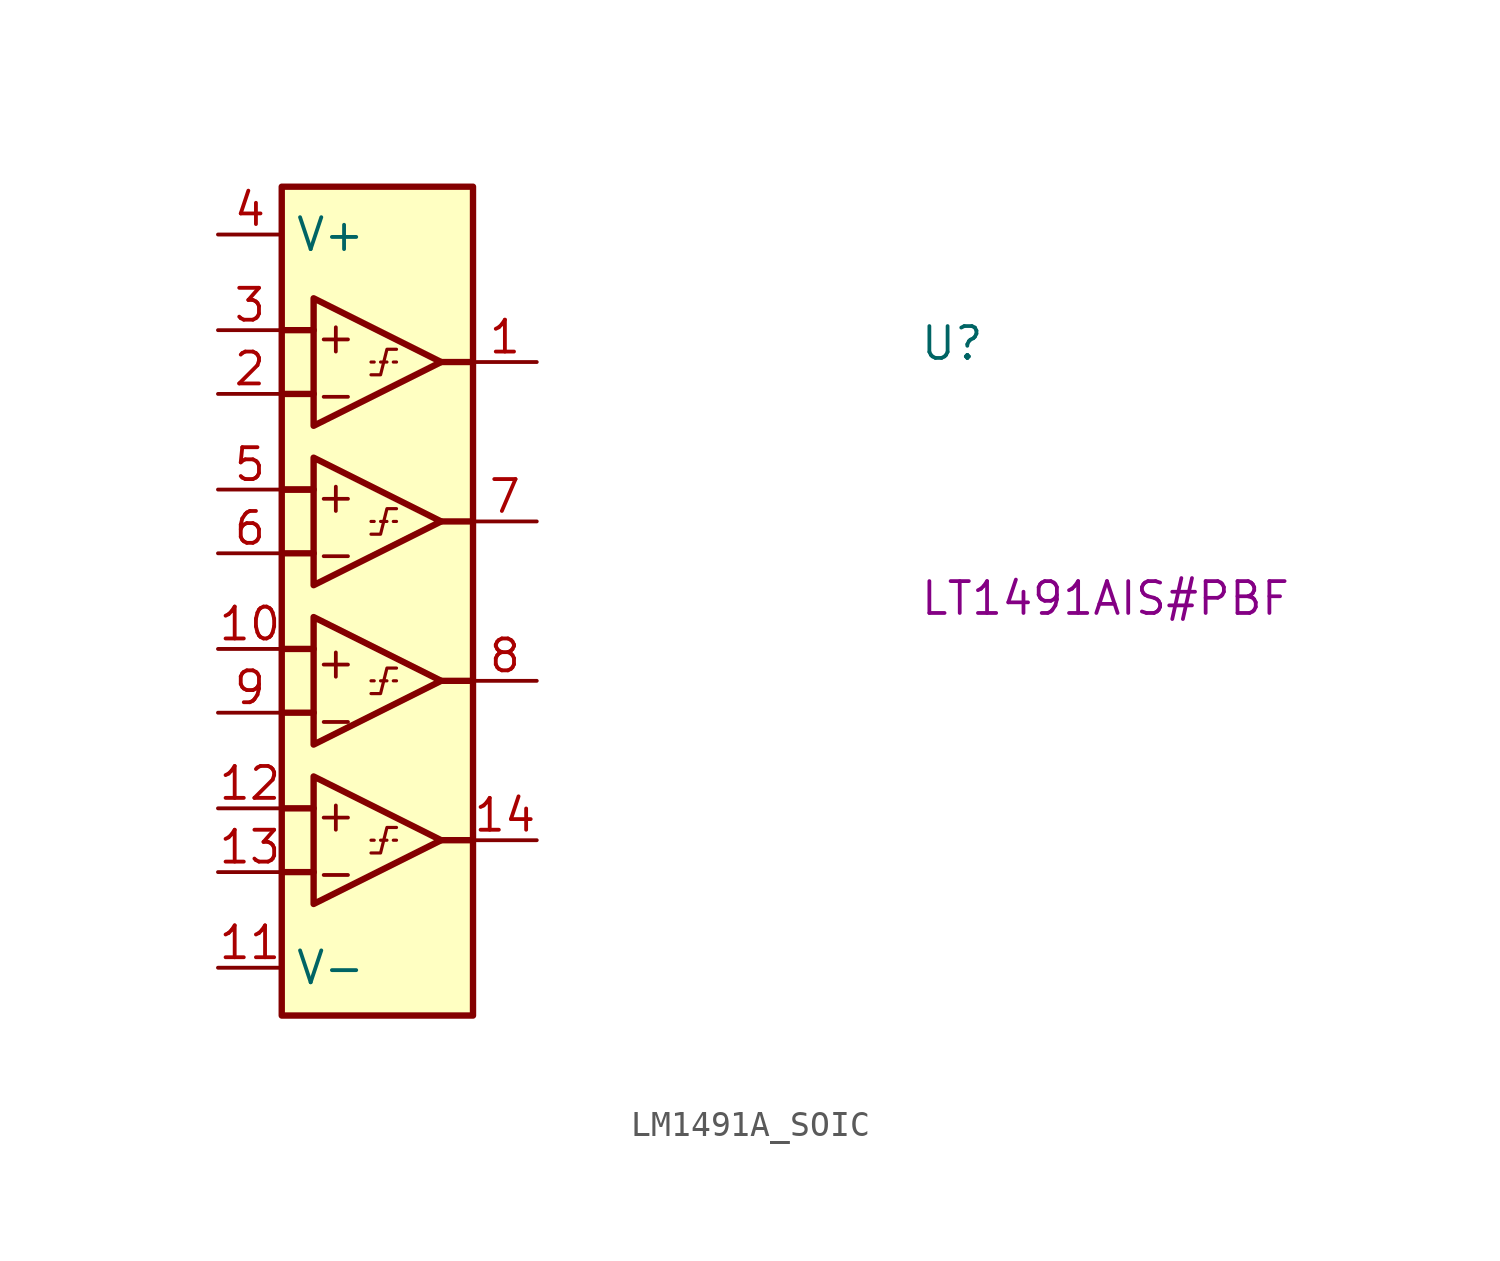
<source format=kicad_sym>
(kicad_symbol_lib
  (version 20220914)
  (generator kicad_symbol_editor)
  (symbol "LM1491A_SOIC"
    (property "Reference" "U"
      (at 27.94 -5.08 0)
      (effects (font (size 1.27 1.27) (thickness 0.15)) (justify left bottom)))
    (property "MPN" "LT1491AIS#PBF"
      (at 27.94 -15.24 0)
      (effects (font (size 1.27 1.27) (thickness 0.15)) (justify left bottom)))
    (symbol "LM1491A_SOIC_1_1"
      (polyline (pts (xy 2.54 -25.4) (xy 3.81 -25.4)) (stroke (width 0.254) (type default)) (fill (type background)))
      (polyline (pts (xy 2.54 -22.86) (xy 3.81 -22.86)) (stroke (width 0.254) (type default)) (fill (type background)))
      (polyline (pts (xy 2.54 -19.05) (xy 3.81 -19.05)) (stroke (width 0.254) (type default)) (fill (type background)))
      (polyline (pts (xy 2.54 -16.51) (xy 3.81 -16.51)) (stroke (width 0.254) (type default)) (fill (type background)))
      (polyline (pts (xy 2.54 -12.7) (xy 3.81 -12.7)) (stroke (width 0.254) (type default)) (fill (type background)))
      (polyline (pts (xy 2.54 -10.16) (xy 3.683 -10.16)) (stroke (width 0.254) (type default)) (fill (type background)))
      (polyline (pts (xy 2.54 -10.16) (xy 3.81 -10.16)) (stroke (width 0.254) (type default)) (fill (type background)))
      (polyline (pts (xy 2.54 -6.35) (xy 3.81 -6.35)) (stroke (width 0.254) (type default)) (fill (type background)))
      (polyline (pts (xy 2.54 -3.81) (xy 3.81 -3.81)) (stroke (width 0.254) (type default)) (fill (type background)))
      (polyline (pts (xy 6.223 -24.13) (xy 6.096 -24.13)) (stroke (width 0.127) (type default)) (fill (type background)))
      (polyline (pts (xy 6.223 -17.78) (xy 6.096 -17.78)) (stroke (width 0.127) (type default)) (fill (type background)))
      (polyline (pts (xy 6.223 -11.43) (xy 6.096 -11.43)) (stroke (width 0.127) (type default)) (fill (type background)))
      (polyline (pts (xy 6.223 -5.08) (xy 6.096 -5.08)) (stroke (width 0.127) (type default)) (fill (type background)))
      (polyline (pts (xy 6.731 -24.13) (xy 6.477 -24.13)) (stroke (width 0.127) (type default)) (fill (type background)))
      (polyline (pts (xy 6.731 -17.78) (xy 6.477 -17.78)) (stroke (width 0.127) (type default)) (fill (type background)))
      (polyline (pts (xy 6.731 -11.43) (xy 6.477 -11.43)) (stroke (width 0.127) (type default)) (fill (type background)))
      (polyline (pts (xy 6.731 -5.08) (xy 6.477 -5.08)) (stroke (width 0.127) (type default)) (fill (type background)))
      (polyline (pts (xy 7.112 -24.13) (xy 6.985 -24.13)) (stroke (width 0.127) (type default)) (fill (type background)))
      (polyline (pts (xy 7.112 -17.78) (xy 6.985 -17.78)) (stroke (width 0.127) (type default)) (fill (type background)))
      (polyline (pts (xy 7.112 -11.43) (xy 6.985 -11.43)) (stroke (width 0.127) (type default)) (fill (type background)))
      (polyline (pts (xy 7.112 -5.08) (xy 6.985 -5.08)) (stroke (width 0.127) (type default)) (fill (type background)))
      (polyline (pts (xy 8.89 -24.13) (xy 10.16 -24.13)) (stroke (width 0.254) (type default)) (fill (type background)))
      (polyline (pts (xy 8.89 -17.78) (xy 10.16 -17.78)) (stroke (width 0.254) (type default)) (fill (type background)))
      (polyline (pts (xy 8.89 -11.43) (xy 10.16 -11.43)) (stroke (width 0.254) (type default)) (fill (type background)))
      (polyline (pts (xy 8.89 -5.08) (xy 10.16 -5.08)) (stroke (width 0.254) (type default)) (fill (type background)))
      (polyline (pts (xy 3.81 -21.59) (xy 8.89 -24.13) (xy 3.81 -26.67) (xy 3.81 -21.59)) (stroke (width 0.254) (type default)) (fill (type background)))
      (polyline (pts (xy 3.81 -15.24) (xy 8.89 -17.78) (xy 3.81 -20.32) (xy 3.81 -15.24)) (stroke (width 0.254) (type default)) (fill (type background)))
      (polyline (pts (xy 3.81 -8.89) (xy 8.89 -11.43) (xy 3.81 -13.97) (xy 3.81 -8.89)) (stroke (width 0.254) (type default)) (fill (type background)))
      (polyline (pts (xy 3.81 -2.54) (xy 8.89 -5.08) (xy 3.81 -7.62) (xy 3.81 -2.54)) (stroke (width 0.254) (type default)) (fill (type background)))
      (polyline (pts (xy 6.096 -24.638) (xy 6.477 -24.638) (xy 6.731 -23.622) (xy 7.112 -23.622)) (stroke (width 0.127) (type default)) (fill (type background)))
      (polyline (pts (xy 6.096 -18.288) (xy 6.477 -18.288) (xy 6.731 -17.272) (xy 7.112 -17.272)) (stroke (width 0.127) (type default)) (fill (type background)))
      (polyline (pts (xy 6.096 -11.938) (xy 6.477 -11.938) (xy 6.731 -10.922) (xy 7.112 -10.922)) (stroke (width 0.127) (type default)) (fill (type background)))
      (polyline (pts (xy 6.096 -5.588) (xy 6.477 -5.588) (xy 6.731 -4.572) (xy 7.112 -4.572)) (stroke (width 0.127) (type default)) (fill (type background)))
      (rectangle (start 2.54 1.905) (end 10.16 -31.115) (stroke (width 0.254) (type default)) (fill (type background)))
      (text "+" (at 3.81 -23.876 0) (effects (font (size 1.27 1.27) (thickness 0.15)) (justify left bottom)))
      (text "+" (at 3.81 -17.78 0) (effects (font (size 1.27 1.27) (thickness 0.15)) (justify left bottom)))
      (text "+" (at 3.81 -11.176 0) (effects (font (size 1.27 1.27) (thickness 0.15)) (justify left bottom)))
      (text "+" (at 3.81 -4.826 0) (effects (font (size 1.27 1.27) (thickness 0.15)) (justify left bottom)))
      (text "-" (at 3.81 -26.162 0) (effects (font (size 1.27 1.27) (thickness 0.15)) (justify left bottom)))
      (text "-" (at 3.81 -20.066 0) (effects (font (size 1.27 1.27) (thickness 0.15)) (justify left bottom)))
      (text "-" (at 3.81 -13.462 0) (effects (font (size 1.27 1.27) (thickness 0.15)) (justify left bottom)))
      (text "-" (at 3.81 -7.112 0) (effects (font (size 1.27 1.27) (thickness 0.15)) (justify left bottom)))
      (pin output line (at 12.7 -5.08 180) (length 2.54) (name "" (effects (font (size 1.27 1.27)))) (number "1" (effects (font (size 1.27 1.27)))))
      (pin input line (at 0 -16.51 0) (length 2.54) (name "" (effects (font (size 1.27 1.27)))) (number "10" (effects (font (size 1.27 1.27)))))
      (pin power_in line (at 0 -29.21 0) (length 2.54) (name "V-" (effects (font (size 1.27 1.27)))) (number "11" (effects (font (size 1.27 1.27)))))
      (pin input line (at 0 -22.86 0) (length 2.54) (name "" (effects (font (size 1.27 1.27)))) (number "12" (effects (font (size 1.27 1.27)))))
      (pin input line (at 0 -25.4 0) (length 2.54) (name "" (effects (font (size 1.27 1.27)))) (number "13" (effects (font (size 1.27 1.27)))))
      (pin output line (at 12.7 -24.13 180) (length 2.54) (name "" (effects (font (size 1.27 1.27)))) (number "14" (effects (font (size 1.27 1.27)))))
      (pin input line (at 0 -6.35 0) (length 2.54) (name "" (effects (font (size 1.27 1.27)))) (number "2" (effects (font (size 1.27 1.27)))))
      (pin input line (at 0 -3.81 0) (length 2.54) (name "" (effects (font (size 1.27 1.27)))) (number "3" (effects (font (size 1.27 1.27)))))
      (pin power_in line (at 0 0 0) (length 2.54) (name "V+" (effects (font (size 1.27 1.27)))) (number "4" (effects (font (size 1.27 1.27)))))
      (pin input line (at 0 -10.16 0) (length 2.54) (name "" (effects (font (size 1.27 1.27)))) (number "5" (effects (font (size 1.27 1.27)))))
      (pin input line (at 0 -12.7 0) (length 2.54) (name "" (effects (font (size 1.27 1.27)))) (number "6" (effects (font (size 1.27 1.27)))))
      (pin output line (at 12.7 -11.43 180) (length 2.54) (name "" (effects (font (size 1.27 1.27)))) (number "7" (effects (font (size 1.27 1.27)))))
      (pin output line (at 12.7 -17.78 180) (length 2.54) (name "" (effects (font (size 1.27 1.27)))) (number "8" (effects (font (size 1.27 1.27)))))
      (pin input line (at 0 -19.05 0) (length 2.54) (name "" (effects (font (size 1.27 1.27)))) (number "9" (effects (font (size 1.27 1.27))))))))
</source>
